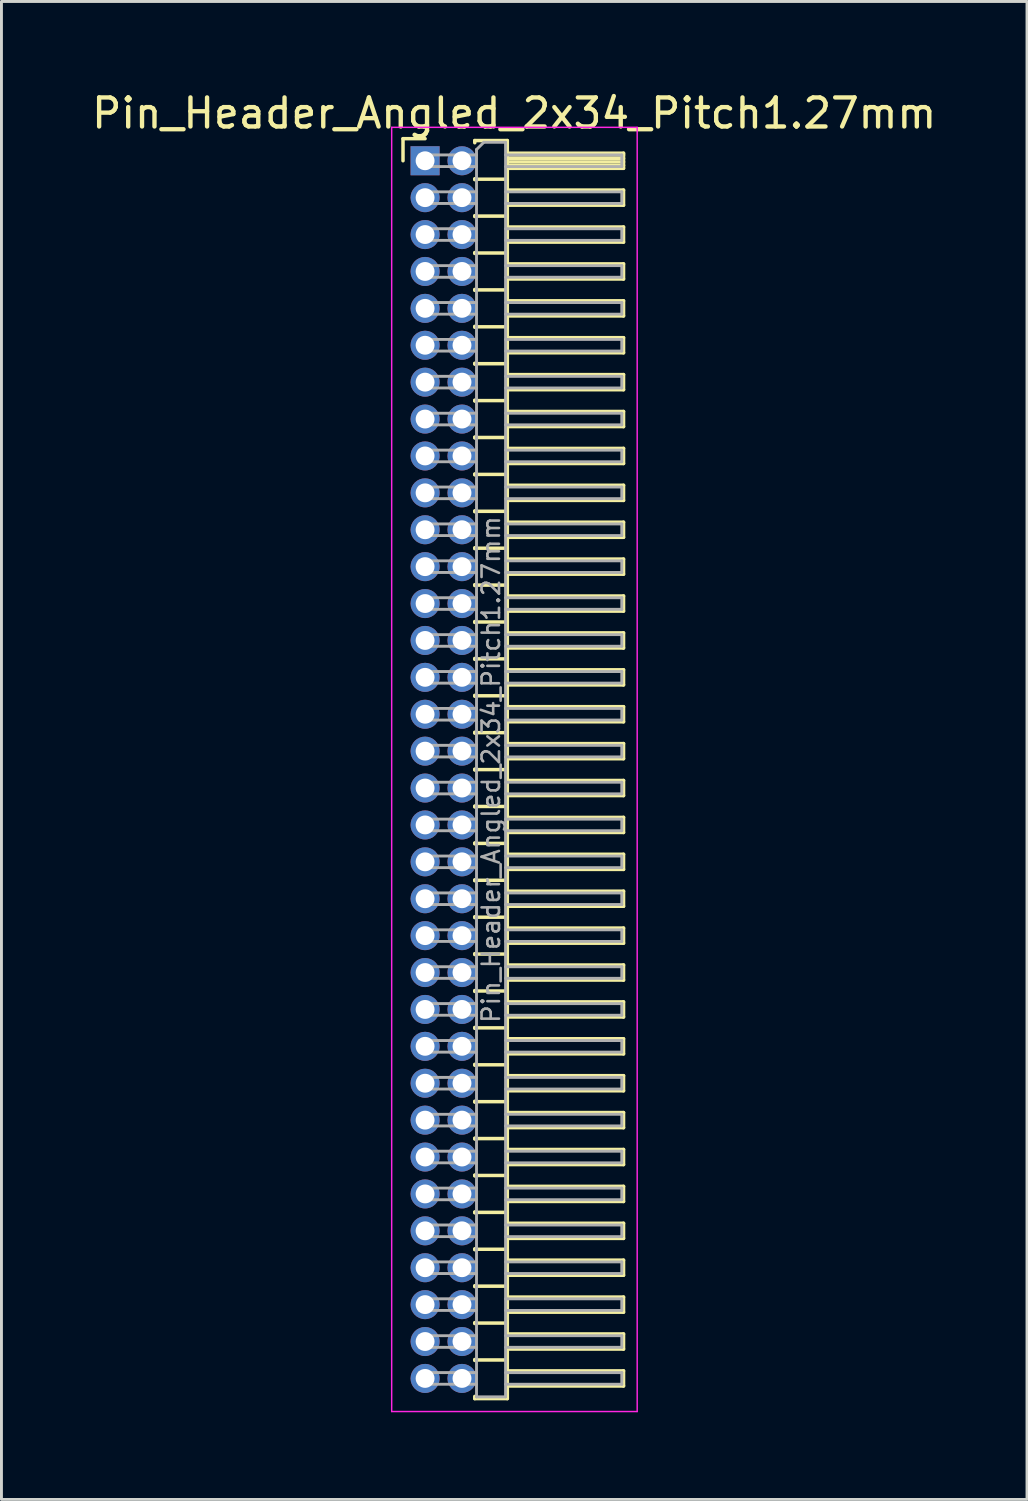
<source format=kicad_pcb>
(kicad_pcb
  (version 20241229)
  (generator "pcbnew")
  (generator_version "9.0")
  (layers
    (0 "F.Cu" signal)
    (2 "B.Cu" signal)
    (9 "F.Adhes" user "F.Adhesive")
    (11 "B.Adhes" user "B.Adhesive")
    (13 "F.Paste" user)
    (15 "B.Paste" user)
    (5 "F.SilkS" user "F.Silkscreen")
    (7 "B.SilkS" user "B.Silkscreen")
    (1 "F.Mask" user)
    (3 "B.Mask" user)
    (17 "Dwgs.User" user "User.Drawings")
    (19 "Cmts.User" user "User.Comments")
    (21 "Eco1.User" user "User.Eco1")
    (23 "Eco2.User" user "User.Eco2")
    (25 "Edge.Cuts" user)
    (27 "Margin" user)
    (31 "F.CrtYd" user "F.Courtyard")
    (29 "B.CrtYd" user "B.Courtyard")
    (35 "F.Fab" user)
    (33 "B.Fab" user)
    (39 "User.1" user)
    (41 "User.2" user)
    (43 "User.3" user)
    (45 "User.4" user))
  (footprint "Pin_Header_Angled_2x34_Pitch1.27mm"
    (layer "F.Cu")
    (at 11.581 2.483)
    (property "Reference" "Pin_Header_Angled_2x34_Pitch1.27mm" (at 3.067 -1.635 0) (layer "F.SilkS") (effects (font (size 1 1) (thickness 0.15))))
    (attr through_hole)
    (fp_line (start -0.76 -0.76) (end 0 -0.76) (stroke (width 0.12) (type solid)) (layer "F.SilkS"))
    (fp_line (start -0.76 0) (end -0.76 -0.76) (stroke (width 0.12) (type solid)) (layer "F.SilkS"))
    (fp_line (start 1.71 -0.695) (end 2.83 -0.695) (stroke (width 0.12) (type solid)) (layer "F.SilkS"))
    (fp_line (start 1.71 -0.62) (end 1.71 -0.695) (stroke (width 0.12) (type solid)) (layer "F.SilkS"))
    (fp_line (start 1.71 0.62) (end 1.71 0.65) (stroke (width 0.12) (type solid)) (layer "F.SilkS"))
    (fp_line (start 1.71 0.635) (end 2.83 0.635) (stroke (width 0.12) (type solid)) (layer "F.SilkS"))
    (fp_line (start 1.71 1.89) (end 1.71 1.92) (stroke (width 0.12) (type solid)) (layer "F.SilkS"))
    (fp_line (start 1.71 1.905) (end 2.83 1.905) (stroke (width 0.12) (type solid)) (layer "F.SilkS"))
    (fp_line (start 1.71 3.16) (end 1.71 3.19) (stroke (width 0.12) (type solid)) (layer "F.SilkS"))
    (fp_line (start 1.71 3.175) (end 2.83 3.175) (stroke (width 0.12) (type solid)) (layer "F.SilkS"))
    (fp_line (start 1.71 4.43) (end 1.71 4.46) (stroke (width 0.12) (type solid)) (layer "F.SilkS"))
    (fp_line (start 1.71 4.445) (end 2.83 4.445) (stroke (width 0.12) (type solid)) (layer "F.SilkS"))
    (fp_line (start 1.71 5.7) (end 1.71 5.73) (stroke (width 0.12) (type solid)) (layer "F.SilkS"))
    (fp_line (start 1.71 5.715) (end 2.83 5.715) (stroke (width 0.12) (type solid)) (layer "F.SilkS"))
    (fp_line (start 1.71 6.97) (end 1.71 7) (stroke (width 0.12) (type solid)) (layer "F.SilkS"))
    (fp_line (start 1.71 6.985) (end 2.83 6.985) (stroke (width 0.12) (type solid)) (layer "F.SilkS"))
    (fp_line (start 1.71 8.24) (end 1.71 8.27) (stroke (width 0.12) (type solid)) (layer "F.SilkS"))
    (fp_line (start 1.71 8.255) (end 2.83 8.255) (stroke (width 0.12) (type solid)) (layer "F.SilkS"))
    (fp_line (start 1.71 9.51) (end 1.71 9.54) (stroke (width 0.12) (type solid)) (layer "F.SilkS"))
    (fp_line (start 1.71 9.525) (end 2.83 9.525) (stroke (width 0.12) (type solid)) (layer "F.SilkS"))
    (fp_line (start 1.71 10.78) (end 1.71 10.81) (stroke (width 0.12) (type solid)) (layer "F.SilkS"))
    (fp_line (start 1.71 10.795) (end 2.83 10.795) (stroke (width 0.12) (type solid)) (layer "F.SilkS"))
    (fp_line (start 1.71 12.05) (end 1.71 12.08) (stroke (width 0.12) (type solid)) (layer "F.SilkS"))
    (fp_line (start 1.71 12.065) (end 2.83 12.065) (stroke (width 0.12) (type solid)) (layer "F.SilkS"))
    (fp_line (start 1.71 13.32) (end 1.71 13.35) (stroke (width 0.12) (type solid)) (layer "F.SilkS"))
    (fp_line (start 1.71 13.335) (end 2.83 13.335) (stroke (width 0.12) (type solid)) (layer "F.SilkS"))
    (fp_line (start 1.71 14.59) (end 1.71 14.62) (stroke (width 0.12) (type solid)) (layer "F.SilkS"))
    (fp_line (start 1.71 14.605) (end 2.83 14.605) (stroke (width 0.12) (type solid)) (layer "F.SilkS"))
    (fp_line (start 1.71 15.86) (end 1.71 15.89) (stroke (width 0.12) (type solid)) (layer "F.SilkS"))
    (fp_line (start 1.71 15.875) (end 2.83 15.875) (stroke (width 0.12) (type solid)) (layer "F.SilkS"))
    (fp_line (start 1.71 17.13) (end 1.71 17.16) (stroke (width 0.12) (type solid)) (layer "F.SilkS"))
    (fp_line (start 1.71 17.145) (end 2.83 17.145) (stroke (width 0.12) (type solid)) (layer "F.SilkS"))
    (fp_line (start 1.71 18.4) (end 1.71 18.43) (stroke (width 0.12) (type solid)) (layer "F.SilkS"))
    (fp_line (start 1.71 18.415) (end 2.83 18.415) (stroke (width 0.12) (type solid)) (layer "F.SilkS"))
    (fp_line (start 1.71 19.67) (end 1.71 19.7) (stroke (width 0.12) (type solid)) (layer "F.SilkS"))
    (fp_line (start 1.71 19.685) (end 2.83 19.685) (stroke (width 0.12) (type solid)) (layer "F.SilkS"))
    (fp_line (start 1.71 20.94) (end 1.71 20.97) (stroke (width 0.12) (type solid)) (layer "F.SilkS"))
    (fp_line (start 1.71 20.955) (end 2.83 20.955) (stroke (width 0.12) (type solid)) (layer "F.SilkS"))
    (fp_line (start 1.71 22.21) (end 1.71 22.24) (stroke (width 0.12) (type solid)) (layer "F.SilkS"))
    (fp_line (start 1.71 22.225) (end 2.83 22.225) (stroke (width 0.12) (type solid)) (layer "F.SilkS"))
    (fp_line (start 1.71 23.48) (end 1.71 23.51) (stroke (width 0.12) (type solid)) (layer "F.SilkS"))
    (fp_line (start 1.71 23.495) (end 2.83 23.495) (stroke (width 0.12) (type solid)) (layer "F.SilkS"))
    (fp_line (start 1.71 24.75) (end 1.71 24.78) (stroke (width 0.12) (type solid)) (layer "F.SilkS"))
    (fp_line (start 1.71 24.765) (end 2.83 24.765) (stroke (width 0.12) (type solid)) (layer "F.SilkS"))
    (fp_line (start 1.71 26.02) (end 1.71 26.05) (stroke (width 0.12) (type solid)) (layer "F.SilkS"))
    (fp_line (start 1.71 26.035) (end 2.83 26.035) (stroke (width 0.12) (type solid)) (layer "F.SilkS"))
    (fp_line (start 1.71 27.29) (end 1.71 27.32) (stroke (width 0.12) (type solid)) (layer "F.SilkS"))
    (fp_line (start 1.71 27.305) (end 2.83 27.305) (stroke (width 0.12) (type solid)) (layer "F.SilkS"))
    (fp_line (start 1.71 28.56) (end 1.71 28.59) (stroke (width 0.12) (type solid)) (layer "F.SilkS"))
    (fp_line (start 1.71 28.575) (end 2.83 28.575) (stroke (width 0.12) (type solid)) (layer "F.SilkS"))
    (fp_line (start 1.71 29.83) (end 1.71 29.86) (stroke (width 0.12) (type solid)) (layer "F.SilkS"))
    (fp_line (start 1.71 29.845) (end 2.83 29.845) (stroke (width 0.12) (type solid)) (layer "F.SilkS"))
    (fp_line (start 1.71 31.1) (end 1.71 31.13) (stroke (width 0.12) (type solid)) (layer "F.SilkS"))
    (fp_line (start 1.71 31.115) (end 2.83 31.115) (stroke (width 0.12) (type solid)) (layer "F.SilkS"))
    (fp_line (start 1.71 32.37) (end 1.71 32.4) (stroke (width 0.12) (type solid)) (layer "F.SilkS"))
    (fp_line (start 1.71 32.385) (end 2.83 32.385) (stroke (width 0.12) (type solid)) (layer "F.SilkS"))
    (fp_line (start 1.71 33.64) (end 1.71 33.67) (stroke (width 0.12) (type solid)) (layer "F.SilkS"))
    (fp_line (start 1.71 33.655) (end 2.83 33.655) (stroke (width 0.12) (type solid)) (layer "F.SilkS"))
    (fp_line (start 1.71 34.91) (end 1.71 34.94) (stroke (width 0.12) (type solid)) (layer "F.SilkS"))
    (fp_line (start 1.71 34.925) (end 2.83 34.925) (stroke (width 0.12) (type solid)) (layer "F.SilkS"))
    (fp_line (start 1.71 36.18) (end 1.71 36.21) (stroke (width 0.12) (type solid)) (layer "F.SilkS"))
    (fp_line (start 1.71 36.195) (end 2.83 36.195) (stroke (width 0.12) (type solid)) (layer "F.SilkS"))
    (fp_line (start 1.71 37.45) (end 1.71 37.48) (stroke (width 0.12) (type solid)) (layer "F.SilkS"))
    (fp_line (start 1.71 37.465) (end 2.83 37.465) (stroke (width 0.12) (type solid)) (layer "F.SilkS"))
    (fp_line (start 1.71 38.72) (end 1.71 38.75) (stroke (width 0.12) (type solid)) (layer "F.SilkS"))
    (fp_line (start 1.71 38.735) (end 2.83 38.735) (stroke (width 0.12) (type solid)) (layer "F.SilkS"))
    (fp_line (start 1.71 39.99) (end 1.71 40.02) (stroke (width 0.12) (type solid)) (layer "F.SilkS"))
    (fp_line (start 1.71 40.005) (end 2.83 40.005) (stroke (width 0.12) (type solid)) (layer "F.SilkS"))
    (fp_line (start 1.71 41.26) (end 1.71 41.29) (stroke (width 0.12) (type solid)) (layer "F.SilkS"))
    (fp_line (start 1.71 41.275) (end 2.83 41.275) (stroke (width 0.12) (type solid)) (layer "F.SilkS"))
    (fp_line (start 1.71 42.605) (end 1.71 42.53) (stroke (width 0.12) (type solid)) (layer "F.SilkS"))
    (fp_line (start 2.83 -0.695) (end 2.83 42.605) (stroke (width 0.12) (type solid)) (layer "F.SilkS"))
    (fp_line (start 2.83 -0.26) (end 6.83 -0.26) (stroke (width 0.12) (type solid)) (layer "F.SilkS"))
    (fp_line (start 2.83 -0.2) (end 6.83 -0.2) (stroke (width 0.12) (type solid)) (layer "F.SilkS"))
    (fp_line (start 2.83 -0.08) (end 6.83 -0.08) (stroke (width 0.12) (type solid)) (layer "F.SilkS"))
    (fp_line (start 2.83 0.04) (end 6.83 0.04) (stroke (width 0.12) (type solid)) (layer "F.SilkS"))
    (fp_line (start 2.83 0.16) (end 6.83 0.16) (stroke (width 0.12) (type solid)) (layer "F.SilkS"))
    (fp_line (start 2.83 1.01) (end 6.83 1.01) (stroke (width 0.12) (type solid)) (layer "F.SilkS"))
    (fp_line (start 2.83 2.28) (end 6.83 2.28) (stroke (width 0.12) (type solid)) (layer "F.SilkS"))
    (fp_line (start 2.83 3.55) (end 6.83 3.55) (stroke (width 0.12) (type solid)) (layer "F.SilkS"))
    (fp_line (start 2.83 4.82) (end 6.83 4.82) (stroke (width 0.12) (type solid)) (layer "F.SilkS"))
    (fp_line (start 2.83 6.09) (end 6.83 6.09) (stroke (width 0.12) (type solid)) (layer "F.SilkS"))
    (fp_line (start 2.83 7.36) (end 6.83 7.36) (stroke (width 0.12) (type solid)) (layer "F.SilkS"))
    (fp_line (start 2.83 8.63) (end 6.83 8.63) (stroke (width 0.12) (type solid)) (layer "F.SilkS"))
    (fp_line (start 2.83 9.9) (end 6.83 9.9) (stroke (width 0.12) (type solid)) (layer "F.SilkS"))
    (fp_line (start 2.83 11.17) (end 6.83 11.17) (stroke (width 0.12) (type solid)) (layer "F.SilkS"))
    (fp_line (start 2.83 12.44) (end 6.83 12.44) (stroke (width 0.12) (type solid)) (layer "F.SilkS"))
    (fp_line (start 2.83 13.71) (end 6.83 13.71) (stroke (width 0.12) (type solid)) (layer "F.SilkS"))
    (fp_line (start 2.83 14.98) (end 6.83 14.98) (stroke (width 0.12) (type solid)) (layer "F.SilkS"))
    (fp_line (start 2.83 16.25) (end 6.83 16.25) (stroke (width 0.12) (type solid)) (layer "F.SilkS"))
    (fp_line (start 2.83 17.52) (end 6.83 17.52) (stroke (width 0.12) (type solid)) (layer "F.SilkS"))
    (fp_line (start 2.83 18.79) (end 6.83 18.79) (stroke (width 0.12) (type solid)) (layer "F.SilkS"))
    (fp_line (start 2.83 20.06) (end 6.83 20.06) (stroke (width 0.12) (type solid)) (layer "F.SilkS"))
    (fp_line (start 2.83 21.33) (end 6.83 21.33) (stroke (width 0.12) (type solid)) (layer "F.SilkS"))
    (fp_line (start 2.83 22.6) (end 6.83 22.6) (stroke (width 0.12) (type solid)) (layer "F.SilkS"))
    (fp_line (start 2.83 23.87) (end 6.83 23.87) (stroke (width 0.12) (type solid)) (layer "F.SilkS"))
    (fp_line (start 2.83 25.14) (end 6.83 25.14) (stroke (width 0.12) (type solid)) (layer "F.SilkS"))
    (fp_line (start 2.83 26.41) (end 6.83 26.41) (stroke (width 0.12) (type solid)) (layer "F.SilkS"))
    (fp_line (start 2.83 27.68) (end 6.83 27.68) (stroke (width 0.12) (type solid)) (layer "F.SilkS"))
    (fp_line (start 2.83 28.95) (end 6.83 28.95) (stroke (width 0.12) (type solid)) (layer "F.SilkS"))
    (fp_line (start 2.83 30.22) (end 6.83 30.22) (stroke (width 0.12) (type solid)) (layer "F.SilkS"))
    (fp_line (start 2.83 31.49) (end 6.83 31.49) (stroke (width 0.12) (type solid)) (layer "F.SilkS"))
    (fp_line (start 2.83 32.76) (end 6.83 32.76) (stroke (width 0.12) (type solid)) (layer "F.SilkS"))
    (fp_line (start 2.83 34.03) (end 6.83 34.03) (stroke (width 0.12) (type solid)) (layer "F.SilkS"))
    (fp_line (start 2.83 35.3) (end 6.83 35.3) (stroke (width 0.12) (type solid)) (layer "F.SilkS"))
    (fp_line (start 2.83 36.57) (end 6.83 36.57) (stroke (width 0.12) (type solid)) (layer "F.SilkS"))
    (fp_line (start 2.83 37.84) (end 6.83 37.84) (stroke (width 0.12) (type solid)) (layer "F.SilkS"))
    (fp_line (start 2.83 39.11) (end 6.83 39.11) (stroke (width 0.12) (type solid)) (layer "F.SilkS"))
    (fp_line (start 2.83 40.38) (end 6.83 40.38) (stroke (width 0.12) (type solid)) (layer "F.SilkS"))
    (fp_line (start 2.83 41.65) (end 6.83 41.65) (stroke (width 0.12) (type solid)) (layer "F.SilkS"))
    (fp_line (start 2.83 42.605) (end 1.71 42.605) (stroke (width 0.12) (type solid)) (layer "F.SilkS"))
    (fp_line (start 6.83 -0.26) (end 6.83 0.26) (stroke (width 0.12) (type solid)) (layer "F.SilkS"))
    (fp_line (start 6.83 0.26) (end 2.83 0.26) (stroke (width 0.12) (type solid)) (layer "F.SilkS"))
    (fp_line (start 6.83 1.01) (end 6.83 1.53) (stroke (width 0.12) (type solid)) (layer "F.SilkS"))
    (fp_line (start 6.83 1.53) (end 2.83 1.53) (stroke (width 0.12) (type solid)) (layer "F.SilkS"))
    (fp_line (start 6.83 2.28) (end 6.83 2.8) (stroke (width 0.12) (type solid)) (layer "F.SilkS"))
    (fp_line (start 6.83 2.8) (end 2.83 2.8) (stroke (width 0.12) (type solid)) (layer "F.SilkS"))
    (fp_line (start 6.83 3.55) (end 6.83 4.07) (stroke (width 0.12) (type solid)) (layer "F.SilkS"))
    (fp_line (start 6.83 4.07) (end 2.83 4.07) (stroke (width 0.12) (type solid)) (layer "F.SilkS"))
    (fp_line (start 6.83 4.82) (end 6.83 5.34) (stroke (width 0.12) (type solid)) (layer "F.SilkS"))
    (fp_line (start 6.83 5.34) (end 2.83 5.34) (stroke (width 0.12) (type solid)) (layer "F.SilkS"))
    (fp_line (start 6.83 6.09) (end 6.83 6.61) (stroke (width 0.12) (type solid)) (layer "F.SilkS"))
    (fp_line (start 6.83 6.61) (end 2.83 6.61) (stroke (width 0.12) (type solid)) (layer "F.SilkS"))
    (fp_line (start 6.83 7.36) (end 6.83 7.88) (stroke (width 0.12) (type solid)) (layer "F.SilkS"))
    (fp_line (start 6.83 7.88) (end 2.83 7.88) (stroke (width 0.12) (type solid)) (layer "F.SilkS"))
    (fp_line (start 6.83 8.63) (end 6.83 9.15) (stroke (width 0.12) (type solid)) (layer "F.SilkS"))
    (fp_line (start 6.83 9.15) (end 2.83 9.15) (stroke (width 0.12) (type solid)) (layer "F.SilkS"))
    (fp_line (start 6.83 9.9) (end 6.83 10.42) (stroke (width 0.12) (type solid)) (layer "F.SilkS"))
    (fp_line (start 6.83 10.42) (end 2.83 10.42) (stroke (width 0.12) (type solid)) (layer "F.SilkS"))
    (fp_line (start 6.83 11.17) (end 6.83 11.69) (stroke (width 0.12) (type solid)) (layer "F.SilkS"))
    (fp_line (start 6.83 11.69) (end 2.83 11.69) (stroke (width 0.12) (type solid)) (layer "F.SilkS"))
    (fp_line (start 6.83 12.44) (end 6.83 12.96) (stroke (width 0.12) (type solid)) (layer "F.SilkS"))
    (fp_line (start 6.83 12.96) (end 2.83 12.96) (stroke (width 0.12) (type solid)) (layer "F.SilkS"))
    (fp_line (start 6.83 13.71) (end 6.83 14.23) (stroke (width 0.12) (type solid)) (layer "F.SilkS"))
    (fp_line (start 6.83 14.23) (end 2.83 14.23) (stroke (width 0.12) (type solid)) (layer "F.SilkS"))
    (fp_line (start 6.83 14.98) (end 6.83 15.5) (stroke (width 0.12) (type solid)) (layer "F.SilkS"))
    (fp_line (start 6.83 15.5) (end 2.83 15.5) (stroke (width 0.12) (type solid)) (layer "F.SilkS"))
    (fp_line (start 6.83 16.25) (end 6.83 16.77) (stroke (width 0.12) (type solid)) (layer "F.SilkS"))
    (fp_line (start 6.83 16.77) (end 2.83 16.77) (stroke (width 0.12) (type solid)) (layer "F.SilkS"))
    (fp_line (start 6.83 17.52) (end 6.83 18.04) (stroke (width 0.12) (type solid)) (layer "F.SilkS"))
    (fp_line (start 6.83 18.04) (end 2.83 18.04) (stroke (width 0.12) (type solid)) (layer "F.SilkS"))
    (fp_line (start 6.83 18.79) (end 6.83 19.31) (stroke (width 0.12) (type solid)) (layer "F.SilkS"))
    (fp_line (start 6.83 19.31) (end 2.83 19.31) (stroke (width 0.12) (type solid)) (layer "F.SilkS"))
    (fp_line (start 6.83 20.06) (end 6.83 20.58) (stroke (width 0.12) (type solid)) (layer "F.SilkS"))
    (fp_line (start 6.83 20.58) (end 2.83 20.58) (stroke (width 0.12) (type solid)) (layer "F.SilkS"))
    (fp_line (start 6.83 21.33) (end 6.83 21.85) (stroke (width 0.12) (type solid)) (layer "F.SilkS"))
    (fp_line (start 6.83 21.85) (end 2.83 21.85) (stroke (width 0.12) (type solid)) (layer "F.SilkS"))
    (fp_line (start 6.83 22.6) (end 6.83 23.12) (stroke (width 0.12) (type solid)) (layer "F.SilkS"))
    (fp_line (start 6.83 23.12) (end 2.83 23.12) (stroke (width 0.12) (type solid)) (layer "F.SilkS"))
    (fp_line (start 6.83 23.87) (end 6.83 24.39) (stroke (width 0.12) (type solid)) (layer "F.SilkS"))
    (fp_line (start 6.83 24.39) (end 2.83 24.39) (stroke (width 0.12) (type solid)) (layer "F.SilkS"))
    (fp_line (start 6.83 25.14) (end 6.83 25.66) (stroke (width 0.12) (type solid)) (layer "F.SilkS"))
    (fp_line (start 6.83 25.66) (end 2.83 25.66) (stroke (width 0.12) (type solid)) (layer "F.SilkS"))
    (fp_line (start 6.83 26.41) (end 6.83 26.93) (stroke (width 0.12) (type solid)) (layer "F.SilkS"))
    (fp_line (start 6.83 26.93) (end 2.83 26.93) (stroke (width 0.12) (type solid)) (layer "F.SilkS"))
    (fp_line (start 6.83 27.68) (end 6.83 28.2) (stroke (width 0.12) (type solid)) (layer "F.SilkS"))
    (fp_line (start 6.83 28.2) (end 2.83 28.2) (stroke (width 0.12) (type solid)) (layer "F.SilkS"))
    (fp_line (start 6.83 28.95) (end 6.83 29.47) (stroke (width 0.12) (type solid)) (layer "F.SilkS"))
    (fp_line (start 6.83 29.47) (end 2.83 29.47) (stroke (width 0.12) (type solid)) (layer "F.SilkS"))
    (fp_line (start 6.83 30.22) (end 6.83 30.74) (stroke (width 0.12) (type solid)) (layer "F.SilkS"))
    (fp_line (start 6.83 30.74) (end 2.83 30.74) (stroke (width 0.12) (type solid)) (layer "F.SilkS"))
    (fp_line (start 6.83 31.49) (end 6.83 32.01) (stroke (width 0.12) (type solid)) (layer "F.SilkS"))
    (fp_line (start 6.83 32.01) (end 2.83 32.01) (stroke (width 0.12) (type solid)) (layer "F.SilkS"))
    (fp_line (start 6.83 32.76) (end 6.83 33.28) (stroke (width 0.12) (type solid)) (layer "F.SilkS"))
    (fp_line (start 6.83 33.28) (end 2.83 33.28) (stroke (width 0.12) (type solid)) (layer "F.SilkS"))
    (fp_line (start 6.83 34.03) (end 6.83 34.55) (stroke (width 0.12) (type solid)) (layer "F.SilkS"))
    (fp_line (start 6.83 34.55) (end 2.83 34.55) (stroke (width 0.12) (type solid)) (layer "F.SilkS"))
    (fp_line (start 6.83 35.3) (end 6.83 35.82) (stroke (width 0.12) (type solid)) (layer "F.SilkS"))
    (fp_line (start 6.83 35.82) (end 2.83 35.82) (stroke (width 0.12) (type solid)) (layer "F.SilkS"))
    (fp_line (start 6.83 36.57) (end 6.83 37.09) (stroke (width 0.12) (type solid)) (layer "F.SilkS"))
    (fp_line (start 6.83 37.09) (end 2.83 37.09) (stroke (width 0.12) (type solid)) (layer "F.SilkS"))
    (fp_line (start 6.83 37.84) (end 6.83 38.36) (stroke (width 0.12) (type solid)) (layer "F.SilkS"))
    (fp_line (start 6.83 38.36) (end 2.83 38.36) (stroke (width 0.12) (type solid)) (layer "F.SilkS"))
    (fp_line (start 6.83 39.11) (end 6.83 39.63) (stroke (width 0.12) (type solid)) (layer "F.SilkS"))
    (fp_line (start 6.83 39.63) (end 2.83 39.63) (stroke (width 0.12) (type solid)) (layer "F.SilkS"))
    (fp_line (start 6.83 40.38) (end 6.83 40.9) (stroke (width 0.12) (type solid)) (layer "F.SilkS"))
    (fp_line (start 6.83 40.9) (end 2.83 40.9) (stroke (width 0.12) (type solid)) (layer "F.SilkS"))
    (fp_line (start 6.83 41.65) (end 6.83 42.17) (stroke (width 0.12) (type solid)) (layer "F.SilkS"))
    (fp_line (start 6.83 42.17) (end 2.83 42.17) (stroke (width 0.12) (type solid)) (layer "F.SilkS"))
    (fp_line (start -1.15 -1.15) (end -1.15 43.05) (stroke (width 0.05) (type solid)) (layer "F.CrtYd"))
    (fp_line (start -1.15 43.05) (end 7.3 43.05) (stroke (width 0.05) (type solid)) (layer "F.CrtYd"))
    (fp_line (start 7.3 -1.15) (end -1.15 -1.15) (stroke (width 0.05) (type solid)) (layer "F.CrtYd"))
    (fp_line (start 7.3 43.05) (end 7.3 -1.15) (stroke (width 0.05) (type solid)) (layer "F.CrtYd"))
    (fp_line (start -0.2 -0.2) (end -0.2 0.2) (stroke (width 0.1) (type solid)) (layer "F.Fab"))
    (fp_line (start -0.2 -0.2) (end 1.77 -0.2) (stroke (width 0.1) (type solid)) (layer "F.Fab"))
    (fp_line (start -0.2 0.2) (end 1.77 0.2) (stroke (width 0.1) (type solid)) (layer "F.Fab"))
    (fp_line (start -0.2 1.07) (end -0.2 1.47) (stroke (width 0.1) (type solid)) (layer "F.Fab"))
    (fp_line (start -0.2 1.07) (end 1.77 1.07) (stroke (width 0.1) (type solid)) (layer "F.Fab"))
    (fp_line (start -0.2 1.47) (end 1.77 1.47) (stroke (width 0.1) (type solid)) (layer "F.Fab"))
    (fp_line (start -0.2 2.34) (end -0.2 2.74) (stroke (width 0.1) (type solid)) (layer "F.Fab"))
    (fp_line (start -0.2 2.34) (end 1.77 2.34) (stroke (width 0.1) (type solid)) (layer "F.Fab"))
    (fp_line (start -0.2 2.74) (end 1.77 2.74) (stroke (width 0.1) (type solid)) (layer "F.Fab"))
    (fp_line (start -0.2 3.61) (end -0.2 4.01) (stroke (width 0.1) (type solid)) (layer "F.Fab"))
    (fp_line (start -0.2 3.61) (end 1.77 3.61) (stroke (width 0.1) (type solid)) (layer "F.Fab"))
    (fp_line (start -0.2 4.01) (end 1.77 4.01) (stroke (width 0.1) (type solid)) (layer "F.Fab"))
    (fp_line (start -0.2 4.88) (end -0.2 5.28) (stroke (width 0.1) (type solid)) (layer "F.Fab"))
    (fp_line (start -0.2 4.88) (end 1.77 4.88) (stroke (width 0.1) (type solid)) (layer "F.Fab"))
    (fp_line (start -0.2 5.28) (end 1.77 5.28) (stroke (width 0.1) (type solid)) (layer "F.Fab"))
    (fp_line (start -0.2 6.15) (end -0.2 6.55) (stroke (width 0.1) (type solid)) (layer "F.Fab"))
    (fp_line (start -0.2 6.15) (end 1.77 6.15) (stroke (width 0.1) (type solid)) (layer "F.Fab"))
    (fp_line (start -0.2 6.55) (end 1.77 6.55) (stroke (width 0.1) (type solid)) (layer "F.Fab"))
    (fp_line (start -0.2 7.42) (end -0.2 7.82) (stroke (width 0.1) (type solid)) (layer "F.Fab"))
    (fp_line (start -0.2 7.42) (end 1.77 7.42) (stroke (width 0.1) (type solid)) (layer "F.Fab"))
    (fp_line (start -0.2 7.82) (end 1.77 7.82) (stroke (width 0.1) (type solid)) (layer "F.Fab"))
    (fp_line (start -0.2 8.69) (end -0.2 9.09) (stroke (width 0.1) (type solid)) (layer "F.Fab"))
    (fp_line (start -0.2 8.69) (end 1.77 8.69) (stroke (width 0.1) (type solid)) (layer "F.Fab"))
    (fp_line (start -0.2 9.09) (end 1.77 9.09) (stroke (width 0.1) (type solid)) (layer "F.Fab"))
    (fp_line (start -0.2 9.96) (end -0.2 10.36) (stroke (width 0.1) (type solid)) (layer "F.Fab"))
    (fp_line (start -0.2 9.96) (end 1.77 9.96) (stroke (width 0.1) (type solid)) (layer "F.Fab"))
    (fp_line (start -0.2 10.36) (end 1.77 10.36) (stroke (width 0.1) (type solid)) (layer "F.Fab"))
    (fp_line (start -0.2 11.23) (end -0.2 11.63) (stroke (width 0.1) (type solid)) (layer "F.Fab"))
    (fp_line (start -0.2 11.23) (end 1.77 11.23) (stroke (width 0.1) (type solid)) (layer "F.Fab"))
    (fp_line (start -0.2 11.63) (end 1.77 11.63) (stroke (width 0.1) (type solid)) (layer "F.Fab"))
    (fp_line (start -0.2 12.5) (end -0.2 12.9) (stroke (width 0.1) (type solid)) (layer "F.Fab"))
    (fp_line (start -0.2 12.5) (end 1.77 12.5) (stroke (width 0.1) (type solid)) (layer "F.Fab"))
    (fp_line (start -0.2 12.9) (end 1.77 12.9) (stroke (width 0.1) (type solid)) (layer "F.Fab"))
    (fp_line (start -0.2 13.77) (end -0.2 14.17) (stroke (width 0.1) (type solid)) (layer "F.Fab"))
    (fp_line (start -0.2 13.77) (end 1.77 13.77) (stroke (width 0.1) (type solid)) (layer "F.Fab"))
    (fp_line (start -0.2 14.17) (end 1.77 14.17) (stroke (width 0.1) (type solid)) (layer "F.Fab"))
    (fp_line (start -0.2 15.04) (end -0.2 15.44) (stroke (width 0.1) (type solid)) (layer "F.Fab"))
    (fp_line (start -0.2 15.04) (end 1.77 15.04) (stroke (width 0.1) (type solid)) (layer "F.Fab"))
    (fp_line (start -0.2 15.44) (end 1.77 15.44) (stroke (width 0.1) (type solid)) (layer "F.Fab"))
    (fp_line (start -0.2 16.31) (end -0.2 16.71) (stroke (width 0.1) (type solid)) (layer "F.Fab"))
    (fp_line (start -0.2 16.31) (end 1.77 16.31) (stroke (width 0.1) (type solid)) (layer "F.Fab"))
    (fp_line (start -0.2 16.71) (end 1.77 16.71) (stroke (width 0.1) (type solid)) (layer "F.Fab"))
    (fp_line (start -0.2 17.58) (end -0.2 17.98) (stroke (width 0.1) (type solid)) (layer "F.Fab"))
    (fp_line (start -0.2 17.58) (end 1.77 17.58) (stroke (width 0.1) (type solid)) (layer "F.Fab"))
    (fp_line (start -0.2 17.98) (end 1.77 17.98) (stroke (width 0.1) (type solid)) (layer "F.Fab"))
    (fp_line (start -0.2 18.85) (end -0.2 19.25) (stroke (width 0.1) (type solid)) (layer "F.Fab"))
    (fp_line (start -0.2 18.85) (end 1.77 18.85) (stroke (width 0.1) (type solid)) (layer "F.Fab"))
    (fp_line (start -0.2 19.25) (end 1.77 19.25) (stroke (width 0.1) (type solid)) (layer "F.Fab"))
    (fp_line (start -0.2 20.12) (end -0.2 20.52) (stroke (width 0.1) (type solid)) (layer "F.Fab"))
    (fp_line (start -0.2 20.12) (end 1.77 20.12) (stroke (width 0.1) (type solid)) (layer "F.Fab"))
    (fp_line (start -0.2 20.52) (end 1.77 20.52) (stroke (width 0.1) (type solid)) (layer "F.Fab"))
    (fp_line (start -0.2 21.39) (end -0.2 21.79) (stroke (width 0.1) (type solid)) (layer "F.Fab"))
    (fp_line (start -0.2 21.39) (end 1.77 21.39) (stroke (width 0.1) (type solid)) (layer "F.Fab"))
    (fp_line (start -0.2 21.79) (end 1.77 21.79) (stroke (width 0.1) (type solid)) (layer "F.Fab"))
    (fp_line (start -0.2 22.66) (end -0.2 23.06) (stroke (width 0.1) (type solid)) (layer "F.Fab"))
    (fp_line (start -0.2 22.66) (end 1.77 22.66) (stroke (width 0.1) (type solid)) (layer "F.Fab"))
    (fp_line (start -0.2 23.06) (end 1.77 23.06) (stroke (width 0.1) (type solid)) (layer "F.Fab"))
    (fp_line (start -0.2 23.93) (end -0.2 24.33) (stroke (width 0.1) (type solid)) (layer "F.Fab"))
    (fp_line (start -0.2 23.93) (end 1.77 23.93) (stroke (width 0.1) (type solid)) (layer "F.Fab"))
    (fp_line (start -0.2 24.33) (end 1.77 24.33) (stroke (width 0.1) (type solid)) (layer "F.Fab"))
    (fp_line (start -0.2 25.2) (end -0.2 25.6) (stroke (width 0.1) (type solid)) (layer "F.Fab"))
    (fp_line (start -0.2 25.2) (end 1.77 25.2) (stroke (width 0.1) (type solid)) (layer "F.Fab"))
    (fp_line (start -0.2 25.6) (end 1.77 25.6) (stroke (width 0.1) (type solid)) (layer "F.Fab"))
    (fp_line (start -0.2 26.47) (end -0.2 26.87) (stroke (width 0.1) (type solid)) (layer "F.Fab"))
    (fp_line (start -0.2 26.47) (end 1.77 26.47) (stroke (width 0.1) (type solid)) (layer "F.Fab"))
    (fp_line (start -0.2 26.87) (end 1.77 26.87) (stroke (width 0.1) (type solid)) (layer "F.Fab"))
    (fp_line (start -0.2 27.74) (end -0.2 28.14) (stroke (width 0.1) (type solid)) (layer "F.Fab"))
    (fp_line (start -0.2 27.74) (end 1.77 27.74) (stroke (width 0.1) (type solid)) (layer "F.Fab"))
    (fp_line (start -0.2 28.14) (end 1.77 28.14) (stroke (width 0.1) (type solid)) (layer "F.Fab"))
    (fp_line (start -0.2 29.01) (end -0.2 29.41) (stroke (width 0.1) (type solid)) (layer "F.Fab"))
    (fp_line (start -0.2 29.01) (end 1.77 29.01) (stroke (width 0.1) (type solid)) (layer "F.Fab"))
    (fp_line (start -0.2 29.41) (end 1.77 29.41) (stroke (width 0.1) (type solid)) (layer "F.Fab"))
    (fp_line (start -0.2 30.28) (end -0.2 30.68) (stroke (width 0.1) (type solid)) (layer "F.Fab"))
    (fp_line (start -0.2 30.28) (end 1.77 30.28) (stroke (width 0.1) (type solid)) (layer "F.Fab"))
    (fp_line (start -0.2 30.68) (end 1.77 30.68) (stroke (width 0.1) (type solid)) (layer "F.Fab"))
    (fp_line (start -0.2 31.55) (end -0.2 31.95) (stroke (width 0.1) (type solid)) (layer "F.Fab"))
    (fp_line (start -0.2 31.55) (end 1.77 31.55) (stroke (width 0.1) (type solid)) (layer "F.Fab"))
    (fp_line (start -0.2 31.95) (end 1.77 31.95) (stroke (width 0.1) (type solid)) (layer "F.Fab"))
    (fp_line (start -0.2 32.82) (end -0.2 33.22) (stroke (width 0.1) (type solid)) (layer "F.Fab"))
    (fp_line (start -0.2 32.82) (end 1.77 32.82) (stroke (width 0.1) (type solid)) (layer "F.Fab"))
    (fp_line (start -0.2 33.22) (end 1.77 33.22) (stroke (width 0.1) (type solid)) (layer "F.Fab"))
    (fp_line (start -0.2 34.09) (end -0.2 34.49) (stroke (width 0.1) (type solid)) (layer "F.Fab"))
    (fp_line (start -0.2 34.09) (end 1.77 34.09) (stroke (width 0.1) (type solid)) (layer "F.Fab"))
    (fp_line (start -0.2 34.49) (end 1.77 34.49) (stroke (width 0.1) (type solid)) (layer "F.Fab"))
    (fp_line (start -0.2 35.36) (end -0.2 35.76) (stroke (width 0.1) (type solid)) (layer "F.Fab"))
    (fp_line (start -0.2 35.36) (end 1.77 35.36) (stroke (width 0.1) (type solid)) (layer "F.Fab"))
    (fp_line (start -0.2 35.76) (end 1.77 35.76) (stroke (width 0.1) (type solid)) (layer "F.Fab"))
    (fp_line (start -0.2 36.63) (end -0.2 37.03) (stroke (width 0.1) (type solid)) (layer "F.Fab"))
    (fp_line (start -0.2 36.63) (end 1.77 36.63) (stroke (width 0.1) (type solid)) (layer "F.Fab"))
    (fp_line (start -0.2 37.03) (end 1.77 37.03) (stroke (width 0.1) (type solid)) (layer "F.Fab"))
    (fp_line (start -0.2 37.9) (end -0.2 38.3) (stroke (width 0.1) (type solid)) (layer "F.Fab"))
    (fp_line (start -0.2 37.9) (end 1.77 37.9) (stroke (width 0.1) (type solid)) (layer "F.Fab"))
    (fp_line (start -0.2 38.3) (end 1.77 38.3) (stroke (width 0.1) (type solid)) (layer "F.Fab"))
    (fp_line (start -0.2 39.17) (end -0.2 39.57) (stroke (width 0.1) (type solid)) (layer "F.Fab"))
    (fp_line (start -0.2 39.17) (end 1.77 39.17) (stroke (width 0.1) (type solid)) (layer "F.Fab"))
    (fp_line (start -0.2 39.57) (end 1.77 39.57) (stroke (width 0.1) (type solid)) (layer "F.Fab"))
    (fp_line (start -0.2 40.44) (end -0.2 40.84) (stroke (width 0.1) (type solid)) (layer "F.Fab"))
    (fp_line (start -0.2 40.44) (end 1.77 40.44) (stroke (width 0.1) (type solid)) (layer "F.Fab"))
    (fp_line (start -0.2 40.84) (end 1.77 40.84) (stroke (width 0.1) (type solid)) (layer "F.Fab"))
    (fp_line (start -0.2 41.71) (end -0.2 42.11) (stroke (width 0.1) (type solid)) (layer "F.Fab"))
    (fp_line (start -0.2 41.71) (end 1.77 41.71) (stroke (width 0.1) (type solid)) (layer "F.Fab"))
    (fp_line (start -0.2 42.11) (end 1.77 42.11) (stroke (width 0.1) (type solid)) (layer "F.Fab"))
    (fp_line (start 1.77 -0.385) (end 2.02 -0.635) (stroke (width 0.1) (type solid)) (layer "F.Fab"))
    (fp_line (start 1.77 42.545) (end 1.77 -0.385) (stroke (width 0.1) (type solid)) (layer "F.Fab"))
    (fp_line (start 2.02 -0.635) (end 2.77 -0.635) (stroke (width 0.1) (type solid)) (layer "F.Fab"))
    (fp_line (start 2.77 -0.635) (end 2.77 42.545) (stroke (width 0.1) (type solid)) (layer "F.Fab"))
    (fp_line (start 2.77 -0.2) (end 6.77 -0.2) (stroke (width 0.1) (type solid)) (layer "F.Fab"))
    (fp_line (start 2.77 0.2) (end 6.77 0.2) (stroke (width 0.1) (type solid)) (layer "F.Fab"))
    (fp_line (start 2.77 1.07) (end 6.77 1.07) (stroke (width 0.1) (type solid)) (layer "F.Fab"))
    (fp_line (start 2.77 1.47) (end 6.77 1.47) (stroke (width 0.1) (type solid)) (layer "F.Fab"))
    (fp_line (start 2.77 2.34) (end 6.77 2.34) (stroke (width 0.1) (type solid)) (layer "F.Fab"))
    (fp_line (start 2.77 2.74) (end 6.77 2.74) (stroke (width 0.1) (type solid)) (layer "F.Fab"))
    (fp_line (start 2.77 3.61) (end 6.77 3.61) (stroke (width 0.1) (type solid)) (layer "F.Fab"))
    (fp_line (start 2.77 4.01) (end 6.77 4.01) (stroke (width 0.1) (type solid)) (layer "F.Fab"))
    (fp_line (start 2.77 4.88) (end 6.77 4.88) (stroke (width 0.1) (type solid)) (layer "F.Fab"))
    (fp_line (start 2.77 5.28) (end 6.77 5.28) (stroke (width 0.1) (type solid)) (layer "F.Fab"))
    (fp_line (start 2.77 6.15) (end 6.77 6.15) (stroke (width 0.1) (type solid)) (layer "F.Fab"))
    (fp_line (start 2.77 6.55) (end 6.77 6.55) (stroke (width 0.1) (type solid)) (layer "F.Fab"))
    (fp_line (start 2.77 7.42) (end 6.77 7.42) (stroke (width 0.1) (type solid)) (layer "F.Fab"))
    (fp_line (start 2.77 7.82) (end 6.77 7.82) (stroke (width 0.1) (type solid)) (layer "F.Fab"))
    (fp_line (start 2.77 8.69) (end 6.77 8.69) (stroke (width 0.1) (type solid)) (layer "F.Fab"))
    (fp_line (start 2.77 9.09) (end 6.77 9.09) (stroke (width 0.1) (type solid)) (layer "F.Fab"))
    (fp_line (start 2.77 9.96) (end 6.77 9.96) (stroke (width 0.1) (type solid)) (layer "F.Fab"))
    (fp_line (start 2.77 10.36) (end 6.77 10.36) (stroke (width 0.1) (type solid)) (layer "F.Fab"))
    (fp_line (start 2.77 11.23) (end 6.77 11.23) (stroke (width 0.1) (type solid)) (layer "F.Fab"))
    (fp_line (start 2.77 11.63) (end 6.77 11.63) (stroke (width 0.1) (type solid)) (layer "F.Fab"))
    (fp_line (start 2.77 12.5) (end 6.77 12.5) (stroke (width 0.1) (type solid)) (layer "F.Fab"))
    (fp_line (start 2.77 12.9) (end 6.77 12.9) (stroke (width 0.1) (type solid)) (layer "F.Fab"))
    (fp_line (start 2.77 13.77) (end 6.77 13.77) (stroke (width 0.1) (type solid)) (layer "F.Fab"))
    (fp_line (start 2.77 14.17) (end 6.77 14.17) (stroke (width 0.1) (type solid)) (layer "F.Fab"))
    (fp_line (start 2.77 15.04) (end 6.77 15.04) (stroke (width 0.1) (type solid)) (layer "F.Fab"))
    (fp_line (start 2.77 15.44) (end 6.77 15.44) (stroke (width 0.1) (type solid)) (layer "F.Fab"))
    (fp_line (start 2.77 16.31) (end 6.77 16.31) (stroke (width 0.1) (type solid)) (layer "F.Fab"))
    (fp_line (start 2.77 16.71) (end 6.77 16.71) (stroke (width 0.1) (type solid)) (layer "F.Fab"))
    (fp_line (start 2.77 17.58) (end 6.77 17.58) (stroke (width 0.1) (type solid)) (layer "F.Fab"))
    (fp_line (start 2.77 17.98) (end 6.77 17.98) (stroke (width 0.1) (type solid)) (layer "F.Fab"))
    (fp_line (start 2.77 18.85) (end 6.77 18.85) (stroke (width 0.1) (type solid)) (layer "F.Fab"))
    (fp_line (start 2.77 19.25) (end 6.77 19.25) (stroke (width 0.1) (type solid)) (layer "F.Fab"))
    (fp_line (start 2.77 20.12) (end 6.77 20.12) (stroke (width 0.1) (type solid)) (layer "F.Fab"))
    (fp_line (start 2.77 20.52) (end 6.77 20.52) (stroke (width 0.1) (type solid)) (layer "F.Fab"))
    (fp_line (start 2.77 21.39) (end 6.77 21.39) (stroke (width 0.1) (type solid)) (layer "F.Fab"))
    (fp_line (start 2.77 21.79) (end 6.77 21.79) (stroke (width 0.1) (type solid)) (layer "F.Fab"))
    (fp_line (start 2.77 22.66) (end 6.77 22.66) (stroke (width 0.1) (type solid)) (layer "F.Fab"))
    (fp_line (start 2.77 23.06) (end 6.77 23.06) (stroke (width 0.1) (type solid)) (layer "F.Fab"))
    (fp_line (start 2.77 23.93) (end 6.77 23.93) (stroke (width 0.1) (type solid)) (layer "F.Fab"))
    (fp_line (start 2.77 24.33) (end 6.77 24.33) (stroke (width 0.1) (type solid)) (layer "F.Fab"))
    (fp_line (start 2.77 25.2) (end 6.77 25.2) (stroke (width 0.1) (type solid)) (layer "F.Fab"))
    (fp_line (start 2.77 25.6) (end 6.77 25.6) (stroke (width 0.1) (type solid)) (layer "F.Fab"))
    (fp_line (start 2.77 26.47) (end 6.77 26.47) (stroke (width 0.1) (type solid)) (layer "F.Fab"))
    (fp_line (start 2.77 26.87) (end 6.77 26.87) (stroke (width 0.1) (type solid)) (layer "F.Fab"))
    (fp_line (start 2.77 27.74) (end 6.77 27.74) (stroke (width 0.1) (type solid)) (layer "F.Fab"))
    (fp_line (start 2.77 28.14) (end 6.77 28.14) (stroke (width 0.1) (type solid)) (layer "F.Fab"))
    (fp_line (start 2.77 29.01) (end 6.77 29.01) (stroke (width 0.1) (type solid)) (layer "F.Fab"))
    (fp_line (start 2.77 29.41) (end 6.77 29.41) (stroke (width 0.1) (type solid)) (layer "F.Fab"))
    (fp_line (start 2.77 30.28) (end 6.77 30.28) (stroke (width 0.1) (type solid)) (layer "F.Fab"))
    (fp_line (start 2.77 30.68) (end 6.77 30.68) (stroke (width 0.1) (type solid)) (layer "F.Fab"))
    (fp_line (start 2.77 31.55) (end 6.77 31.55) (stroke (width 0.1) (type solid)) (layer "F.Fab"))
    (fp_line (start 2.77 31.95) (end 6.77 31.95) (stroke (width 0.1) (type solid)) (layer "F.Fab"))
    (fp_line (start 2.77 32.82) (end 6.77 32.82) (stroke (width 0.1) (type solid)) (layer "F.Fab"))
    (fp_line (start 2.77 33.22) (end 6.77 33.22) (stroke (width 0.1) (type solid)) (layer "F.Fab"))
    (fp_line (start 2.77 34.09) (end 6.77 34.09) (stroke (width 0.1) (type solid)) (layer "F.Fab"))
    (fp_line (start 2.77 34.49) (end 6.77 34.49) (stroke (width 0.1) (type solid)) (layer "F.Fab"))
    (fp_line (start 2.77 35.36) (end 6.77 35.36) (stroke (width 0.1) (type solid)) (layer "F.Fab"))
    (fp_line (start 2.77 35.76) (end 6.77 35.76) (stroke (width 0.1) (type solid)) (layer "F.Fab"))
    (fp_line (start 2.77 36.63) (end 6.77 36.63) (stroke (width 0.1) (type solid)) (layer "F.Fab"))
    (fp_line (start 2.77 37.03) (end 6.77 37.03) (stroke (width 0.1) (type solid)) (layer "F.Fab"))
    (fp_line (start 2.77 37.9) (end 6.77 37.9) (stroke (width 0.1) (type solid)) (layer "F.Fab"))
    (fp_line (start 2.77 38.3) (end 6.77 38.3) (stroke (width 0.1) (type solid)) (layer "F.Fab"))
    (fp_line (start 2.77 39.17) (end 6.77 39.17) (stroke (width 0.1) (type solid)) (layer "F.Fab"))
    (fp_line (start 2.77 39.57) (end 6.77 39.57) (stroke (width 0.1) (type solid)) (layer "F.Fab"))
    (fp_line (start 2.77 40.44) (end 6.77 40.44) (stroke (width 0.1) (type solid)) (layer "F.Fab"))
    (fp_line (start 2.77 40.84) (end 6.77 40.84) (stroke (width 0.1) (type solid)) (layer "F.Fab"))
    (fp_line (start 2.77 41.71) (end 6.77 41.71) (stroke (width 0.1) (type solid)) (layer "F.Fab"))
    (fp_line (start 2.77 42.11) (end 6.77 42.11) (stroke (width 0.1) (type solid)) (layer "F.Fab"))
    (fp_line (start 2.77 42.545) (end 1.77 42.545) (stroke (width 0.1) (type solid)) (layer "F.Fab"))
    (fp_line (start 6.77 -0.2) (end 6.77 0.2) (stroke (width 0.1) (type solid)) (layer "F.Fab"))
    (fp_line (start 6.77 1.07) (end 6.77 1.47) (stroke (width 0.1) (type solid)) (layer "F.Fab"))
    (fp_line (start 6.77 2.34) (end 6.77 2.74) (stroke (width 0.1) (type solid)) (layer "F.Fab"))
    (fp_line (start 6.77 3.61) (end 6.77 4.01) (stroke (width 0.1) (type solid)) (layer "F.Fab"))
    (fp_line (start 6.77 4.88) (end 6.77 5.28) (stroke (width 0.1) (type solid)) (layer "F.Fab"))
    (fp_line (start 6.77 6.15) (end 6.77 6.55) (stroke (width 0.1) (type solid)) (layer "F.Fab"))
    (fp_line (start 6.77 7.42) (end 6.77 7.82) (stroke (width 0.1) (type solid)) (layer "F.Fab"))
    (fp_line (start 6.77 8.69) (end 6.77 9.09) (stroke (width 0.1) (type solid)) (layer "F.Fab"))
    (fp_line (start 6.77 9.96) (end 6.77 10.36) (stroke (width 0.1) (type solid)) (layer "F.Fab"))
    (fp_line (start 6.77 11.23) (end 6.77 11.63) (stroke (width 0.1) (type solid)) (layer "F.Fab"))
    (fp_line (start 6.77 12.5) (end 6.77 12.9) (stroke (width 0.1) (type solid)) (layer "F.Fab"))
    (fp_line (start 6.77 13.77) (end 6.77 14.17) (stroke (width 0.1) (type solid)) (layer "F.Fab"))
    (fp_line (start 6.77 15.04) (end 6.77 15.44) (stroke (width 0.1) (type solid)) (layer "F.Fab"))
    (fp_line (start 6.77 16.31) (end 6.77 16.71) (stroke (width 0.1) (type solid)) (layer "F.Fab"))
    (fp_line (start 6.77 17.58) (end 6.77 17.98) (stroke (width 0.1) (type solid)) (layer "F.Fab"))
    (fp_line (start 6.77 18.85) (end 6.77 19.25) (stroke (width 0.1) (type solid)) (layer "F.Fab"))
    (fp_line (start 6.77 20.12) (end 6.77 20.52) (stroke (width 0.1) (type solid)) (layer "F.Fab"))
    (fp_line (start 6.77 21.39) (end 6.77 21.79) (stroke (width 0.1) (type solid)) (layer "F.Fab"))
    (fp_line (start 6.77 22.66) (end 6.77 23.06) (stroke (width 0.1) (type solid)) (layer "F.Fab"))
    (fp_line (start 6.77 23.93) (end 6.77 24.33) (stroke (width 0.1) (type solid)) (layer "F.Fab"))
    (fp_line (start 6.77 25.2) (end 6.77 25.6) (stroke (width 0.1) (type solid)) (layer "F.Fab"))
    (fp_line (start 6.77 26.47) (end 6.77 26.87) (stroke (width 0.1) (type solid)) (layer "F.Fab"))
    (fp_line (start 6.77 27.74) (end 6.77 28.14) (stroke (width 0.1) (type solid)) (layer "F.Fab"))
    (fp_line (start 6.77 29.01) (end 6.77 29.41) (stroke (width 0.1) (type solid)) (layer "F.Fab"))
    (fp_line (start 6.77 30.28) (end 6.77 30.68) (stroke (width 0.1) (type solid)) (layer "F.Fab"))
    (fp_line (start 6.77 31.55) (end 6.77 31.95) (stroke (width 0.1) (type solid)) (layer "F.Fab"))
    (fp_line (start 6.77 32.82) (end 6.77 33.22) (stroke (width 0.1) (type solid)) (layer "F.Fab"))
    (fp_line (start 6.77 34.09) (end 6.77 34.49) (stroke (width 0.1) (type solid)) (layer "F.Fab"))
    (fp_line (start 6.77 35.36) (end 6.77 35.76) (stroke (width 0.1) (type solid)) (layer "F.Fab"))
    (fp_line (start 6.77 36.63) (end 6.77 37.03) (stroke (width 0.1) (type solid)) (layer "F.Fab"))
    (fp_line (start 6.77 37.9) (end 6.77 38.3) (stroke (width 0.1) (type solid)) (layer "F.Fab"))
    (fp_line (start 6.77 39.17) (end 6.77 39.57) (stroke (width 0.1) (type solid)) (layer "F.Fab"))
    (fp_line (start 6.77 40.44) (end 6.77 40.84) (stroke (width 0.1) (type solid)) (layer "F.Fab"))
    (fp_line (start 6.77 41.71) (end 6.77 42.11) (stroke (width 0.1) (type solid)) (layer "F.Fab"))
    (fp_text user "${REFERENCE}" (at 2.27 20.955 90) (layer "F.Fab") (effects (font (size 0.6 0.6) (thickness 0.09))))
    (pad "1" thru_hole rect (at 0 0) (size 1 1) (drill 0.65) (layers "*.Cu" "*.Mask"))
    (pad "2" thru_hole oval (at 1.27 0) (size 1 1) (drill 0.65) (layers "*.Cu" "*.Mask"))
    (pad "3" thru_hole oval (at 0 1.27) (size 1 1) (drill 0.65) (layers "*.Cu" "*.Mask"))
    (pad "4" thru_hole oval (at 1.27 1.27) (size 1 1) (drill 0.65) (layers "*.Cu" "*.Mask"))
    (pad "5" thru_hole oval (at 0 2.54) (size 1 1) (drill 0.65) (layers "*.Cu" "*.Mask"))
    (pad "6" thru_hole oval (at 1.27 2.54) (size 1 1) (drill 0.65) (layers "*.Cu" "*.Mask"))
    (pad "7" thru_hole oval (at 0 3.81) (size 1 1) (drill 0.65) (layers "*.Cu" "*.Mask"))
    (pad "8" thru_hole oval (at 1.27 3.81) (size 1 1) (drill 0.65) (layers "*.Cu" "*.Mask"))
    (pad "9" thru_hole oval (at 0 5.08) (size 1 1) (drill 0.65) (layers "*.Cu" "*.Mask"))
    (pad "10" thru_hole oval (at 1.27 5.08) (size 1 1) (drill 0.65) (layers "*.Cu" "*.Mask"))
    (pad "11" thru_hole oval (at 0 6.35) (size 1 1) (drill 0.65) (layers "*.Cu" "*.Mask"))
    (pad "12" thru_hole oval (at 1.27 6.35) (size 1 1) (drill 0.65) (layers "*.Cu" "*.Mask"))
    (pad "13" thru_hole oval (at 0 7.62) (size 1 1) (drill 0.65) (layers "*.Cu" "*.Mask"))
    (pad "14" thru_hole oval (at 1.27 7.62) (size 1 1) (drill 0.65) (layers "*.Cu" "*.Mask"))
    (pad "15" thru_hole oval (at 0 8.89) (size 1 1) (drill 0.65) (layers "*.Cu" "*.Mask"))
    (pad "16" thru_hole oval (at 1.27 8.89) (size 1 1) (drill 0.65) (layers "*.Cu" "*.Mask"))
    (pad "17" thru_hole oval (at 0 10.16) (size 1 1) (drill 0.65) (layers "*.Cu" "*.Mask"))
    (pad "18" thru_hole oval (at 1.27 10.16) (size 1 1) (drill 0.65) (layers "*.Cu" "*.Mask"))
    (pad "19" thru_hole oval (at 0 11.43) (size 1 1) (drill 0.65) (layers "*.Cu" "*.Mask"))
    (pad "20" thru_hole oval (at 1.27 11.43) (size 1 1) (drill 0.65) (layers "*.Cu" "*.Mask"))
    (pad "21" thru_hole oval (at 0 12.7) (size 1 1) (drill 0.65) (layers "*.Cu" "*.Mask"))
    (pad "22" thru_hole oval (at 1.27 12.7) (size 1 1) (drill 0.65) (layers "*.Cu" "*.Mask"))
    (pad "23" thru_hole oval (at 0 13.97) (size 1 1) (drill 0.65) (layers "*.Cu" "*.Mask"))
    (pad "24" thru_hole oval (at 1.27 13.97) (size 1 1) (drill 0.65) (layers "*.Cu" "*.Mask"))
    (pad "25" thru_hole oval (at 0 15.24) (size 1 1) (drill 0.65) (layers "*.Cu" "*.Mask"))
    (pad "26" thru_hole oval (at 1.27 15.24) (size 1 1) (drill 0.65) (layers "*.Cu" "*.Mask"))
    (pad "27" thru_hole oval (at 0 16.51) (size 1 1) (drill 0.65) (layers "*.Cu" "*.Mask"))
    (pad "28" thru_hole oval (at 1.27 16.51) (size 1 1) (drill 0.65) (layers "*.Cu" "*.Mask"))
    (pad "29" thru_hole oval (at 0 17.78) (size 1 1) (drill 0.65) (layers "*.Cu" "*.Mask"))
    (pad "30" thru_hole oval (at 1.27 17.78) (size 1 1) (drill 0.65) (layers "*.Cu" "*.Mask"))
    (pad "31" thru_hole oval (at 0 19.05) (size 1 1) (drill 0.65) (layers "*.Cu" "*.Mask"))
    (pad "32" thru_hole oval (at 1.27 19.05) (size 1 1) (drill 0.65) (layers "*.Cu" "*.Mask"))
    (pad "33" thru_hole oval (at 0 20.32) (size 1 1) (drill 0.65) (layers "*.Cu" "*.Mask"))
    (pad "34" thru_hole oval (at 1.27 20.32) (size 1 1) (drill 0.65) (layers "*.Cu" "*.Mask"))
    (pad "35" thru_hole oval (at 0 21.59) (size 1 1) (drill 0.65) (layers "*.Cu" "*.Mask"))
    (pad "36" thru_hole oval (at 1.27 21.59) (size 1 1) (drill 0.65) (layers "*.Cu" "*.Mask"))
    (pad "37" thru_hole oval (at 0 22.86) (size 1 1) (drill 0.65) (layers "*.Cu" "*.Mask"))
    (pad "38" thru_hole oval (at 1.27 22.86) (size 1 1) (drill 0.65) (layers "*.Cu" "*.Mask"))
    (pad "39" thru_hole oval (at 0 24.13) (size 1 1) (drill 0.65) (layers "*.Cu" "*.Mask"))
    (pad "40" thru_hole oval (at 1.27 24.13) (size 1 1) (drill 0.65) (layers "*.Cu" "*.Mask"))
    (pad "41" thru_hole oval (at 0 25.4) (size 1 1) (drill 0.65) (layers "*.Cu" "*.Mask"))
    (pad "42" thru_hole oval (at 1.27 25.4) (size 1 1) (drill 0.65) (layers "*.Cu" "*.Mask"))
    (pad "43" thru_hole oval (at 0 26.67) (size 1 1) (drill 0.65) (layers "*.Cu" "*.Mask"))
    (pad "44" thru_hole oval (at 1.27 26.67) (size 1 1) (drill 0.65) (layers "*.Cu" "*.Mask"))
    (pad "45" thru_hole oval (at 0 27.94) (size 1 1) (drill 0.65) (layers "*.Cu" "*.Mask"))
    (pad "46" thru_hole oval (at 1.27 27.94) (size 1 1) (drill 0.65) (layers "*.Cu" "*.Mask"))
    (pad "47" thru_hole oval (at 0 29.21) (size 1 1) (drill 0.65) (layers "*.Cu" "*.Mask"))
    (pad "48" thru_hole oval (at 1.27 29.21) (size 1 1) (drill 0.65) (layers "*.Cu" "*.Mask"))
    (pad "49" thru_hole oval (at 0 30.48) (size 1 1) (drill 0.65) (layers "*.Cu" "*.Mask"))
    (pad "50" thru_hole oval (at 1.27 30.48) (size 1 1) (drill 0.65) (layers "*.Cu" "*.Mask"))
    (pad "51" thru_hole oval (at 0 31.75) (size 1 1) (drill 0.65) (layers "*.Cu" "*.Mask"))
    (pad "52" thru_hole oval (at 1.27 31.75) (size 1 1) (drill 0.65) (layers "*.Cu" "*.Mask"))
    (pad "53" thru_hole oval (at 0 33.02) (size 1 1) (drill 0.65) (layers "*.Cu" "*.Mask"))
    (pad "54" thru_hole oval (at 1.27 33.02) (size 1 1) (drill 0.65) (layers "*.Cu" "*.Mask"))
    (pad "55" thru_hole oval (at 0 34.29) (size 1 1) (drill 0.65) (layers "*.Cu" "*.Mask"))
    (pad "56" thru_hole oval (at 1.27 34.29) (size 1 1) (drill 0.65) (layers "*.Cu" "*.Mask"))
    (pad "57" thru_hole oval (at 0 35.56) (size 1 1) (drill 0.65) (layers "*.Cu" "*.Mask"))
    (pad "58" thru_hole oval (at 1.27 35.56) (size 1 1) (drill 0.65) (layers "*.Cu" "*.Mask"))
    (pad "59" thru_hole oval (at 0 36.83) (size 1 1) (drill 0.65) (layers "*.Cu" "*.Mask"))
    (pad "60" thru_hole oval (at 1.27 36.83) (size 1 1) (drill 0.65) (layers "*.Cu" "*.Mask"))
    (pad "61" thru_hole oval (at 0 38.1) (size 1 1) (drill 0.65) (layers "*.Cu" "*.Mask"))
    (pad "62" thru_hole oval (at 1.27 38.1) (size 1 1) (drill 0.65) (layers "*.Cu" "*.Mask"))
    (pad "63" thru_hole oval (at 0 39.37) (size 1 1) (drill 0.65) (layers "*.Cu" "*.Mask"))
    (pad "64" thru_hole oval (at 1.27 39.37) (size 1 1) (drill 0.65) (layers "*.Cu" "*.Mask"))
    (pad "65" thru_hole oval (at 0 40.64) (size 1 1) (drill 0.65) (layers "*.Cu" "*.Mask"))
    (pad "66" thru_hole oval (at 1.27 40.64) (size 1 1) (drill 0.65) (layers "*.Cu" "*.Mask"))
    (pad "67" thru_hole oval (at 0 41.91) (size 1 1) (drill 0.65) (layers "*.Cu" "*.Mask"))
    (pad "68" thru_hole oval (at 1.27 41.91) (size 1 1) (drill 0.65) (layers "*.Cu" "*.Mask")))
  (gr_rect
    (start -3 -3)
    (end 32.298 48.558)
    (stroke (width 0.1) (type default))
    (fill no)
    (layer "Edge.Cuts")))
</source>
